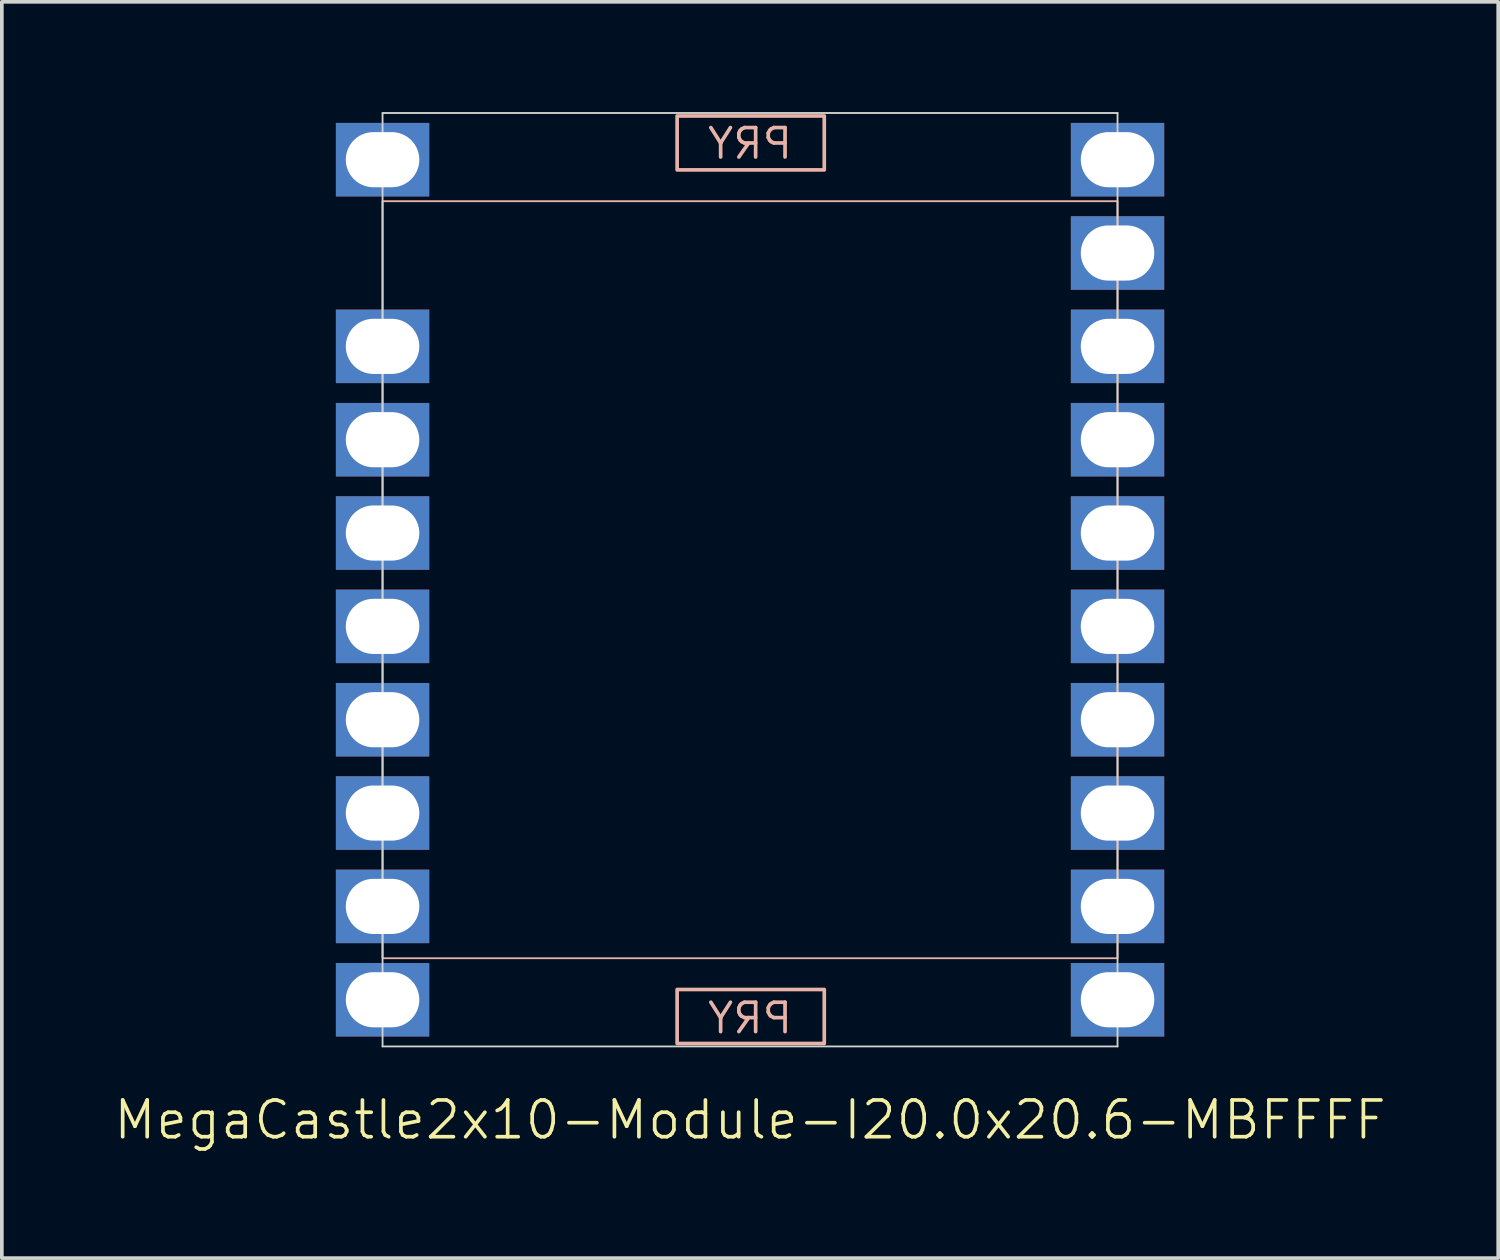
<source format=kicad_pcb>
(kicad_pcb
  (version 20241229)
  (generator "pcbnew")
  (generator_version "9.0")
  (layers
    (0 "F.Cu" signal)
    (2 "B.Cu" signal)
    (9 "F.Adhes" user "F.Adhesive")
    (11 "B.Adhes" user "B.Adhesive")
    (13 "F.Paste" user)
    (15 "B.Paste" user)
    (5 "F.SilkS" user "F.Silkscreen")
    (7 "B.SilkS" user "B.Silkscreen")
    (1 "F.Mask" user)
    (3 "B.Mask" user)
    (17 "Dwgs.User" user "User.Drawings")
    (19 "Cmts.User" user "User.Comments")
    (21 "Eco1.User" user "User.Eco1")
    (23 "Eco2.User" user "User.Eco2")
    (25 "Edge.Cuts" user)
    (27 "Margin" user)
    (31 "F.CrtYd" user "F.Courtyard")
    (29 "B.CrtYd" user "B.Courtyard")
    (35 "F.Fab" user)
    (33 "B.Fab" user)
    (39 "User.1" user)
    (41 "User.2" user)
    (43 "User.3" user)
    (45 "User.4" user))
  (footprint "MegaCastle2x10-Module-I20.0x20.6-MBFFFF"
    (layer "F.Cu")
    (at 17.36 12.725)
    (property "Reference" "MegaCastle2x10-Module-I20.0x20.6-MBFFFF" (at 0 14.7 0) (unlocked yes) (layer "F.SilkS") (effects (font (size 1 1) (thickness 0.1))))
    (attr smd)
    (fp_rect (start -10 10.3) (end 10 -10.3) (stroke (width 0.05) (type default)) (fill no) (layer "B.SilkS"))
    (fp_rect (start -1.984 -11.151) (end 2.02 -12.62) (stroke (width 0.1) (type default)) (fill no) (layer "B.SilkS"))
    (fp_rect (start -1.984 11.151) (end 2.02 12.62) (stroke (width 0.1) (type default)) (fill no) (layer "B.SilkS"))
    (fp_line (start -10 -12.7) (end -10 12.7) (stroke (width 0.05) (type default)) (layer "Edge.Cuts"))
    (fp_line (start -10 -12.7) (end 10 -12.7) (stroke (width 0.05) (type default)) (layer "Edge.Cuts"))
    (fp_line (start -10 12.7) (end 10 12.7) (stroke (width 0.05) (type default)) (layer "Edge.Cuts"))
    (fp_line (start 10 -12.7) (end 10 12.7) (stroke (width 0.05) (type default)) (layer "Edge.Cuts"))
    (fp_text user "PRY" (at 0 -11.4 0) (unlocked yes) (layer "B.SilkS") (effects (font (size 0.8 0.8) (thickness 0.1)) (justify bottom mirror)))
    (fp_text user "PRY" (at 0 12.4 0) (unlocked yes) (layer "B.SilkS") (effects (font (size 0.8 0.8) (thickness 0.1)) (justify bottom mirror)))
    (pad "1" thru_hole rect (at -10 -11.43) (size 2.54 2) (drill oval 2 1.5) (property pad_prop_castellated) (layers "*.Cu" "*.Mask"))
    (pad "3" thru_hole rect (at -10 -6.35) (size 2.54 2) (drill oval 2 1.5) (property pad_prop_castellated) (layers "*.Cu" "*.Mask"))
    (pad "4" thru_hole rect (at -10 -3.81) (size 2.54 2) (drill oval 2 1.5) (property pad_prop_castellated) (layers "*.Cu" "*.Mask"))
    (pad "5" thru_hole rect (at -10 -1.27) (size 2.54 2) (drill oval 2 1.5) (property pad_prop_castellated) (layers "*.Cu" "*.Mask"))
    (pad "6" thru_hole rect (at -10 1.27) (size 2.54 2) (drill oval 2 1.5) (property pad_prop_castellated) (layers "*.Cu" "*.Mask"))
    (pad "7" thru_hole rect (at -10 3.81) (size 2.54 2) (drill oval 2 1.5) (property pad_prop_castellated) (layers "*.Cu" "*.Mask"))
    (pad "8" thru_hole rect (at -10 6.35) (size 2.54 2) (drill oval 2 1.5) (property pad_prop_castellated) (layers "*.Cu" "*.Mask"))
    (pad "9" thru_hole rect (at -10 8.89) (size 2.54 2) (drill oval 2 1.5) (property pad_prop_castellated) (layers "*.Cu" "*.Mask"))
    (pad "10" thru_hole rect (at -10 11.43) (size 2.54 2) (drill oval 2 1.5) (property pad_prop_castellated) (layers "*.Cu" "*.Mask"))
    (pad "11" thru_hole rect (at 10 -11.43) (size 2.54 2) (drill oval 2 1.5) (property pad_prop_castellated) (layers "*.Cu" "*.Mask"))
    (pad "12" thru_hole rect (at 10 -8.89) (size 2.54 2) (drill oval 2 1.5) (property pad_prop_castellated) (layers "*.Cu" "*.Mask"))
    (pad "13" thru_hole rect (at 10 -6.35) (size 2.54 2) (drill oval 2 1.5) (property pad_prop_castellated) (layers "*.Cu" "*.Mask"))
    (pad "14" thru_hole rect (at 10 -3.81) (size 2.54 2) (drill oval 2 1.5) (property pad_prop_castellated) (layers "*.Cu" "*.Mask"))
    (pad "15" thru_hole rect (at 10 -1.27) (size 2.54 2) (drill oval 2 1.5) (property pad_prop_castellated) (layers "*.Cu" "*.Mask"))
    (pad "16" thru_hole rect (at 10 1.27) (size 2.54 2) (drill oval 2 1.5) (property pad_prop_castellated) (layers "*.Cu" "*.Mask"))
    (pad "17" thru_hole rect (at 10 3.81) (size 2.54 2) (drill oval 2 1.5) (property pad_prop_castellated) (layers "*.Cu" "*.Mask"))
    (pad "18" thru_hole rect (at 10 6.35) (size 2.54 2) (drill oval 2 1.5) (property pad_prop_castellated) (layers "*.Cu" "*.Mask"))
    (pad "19" thru_hole rect (at 10 8.89) (size 2.54 2) (drill oval 2 1.5) (property pad_prop_castellated) (layers "*.Cu" "*.Mask"))
    (pad "20" thru_hole rect (at 10 11.43) (size 2.54 2) (drill oval 2 1.5) (property pad_prop_castellated) (layers "*.Cu" "*.Mask"))
    (zone (net_name "") (layer "B.Cu") (hatch edge 0.5) (connect_pads) (min_thickness 0.25) (filled_areas_thickness no) (keepout (tracks allowed) (vias allowed) (pads allowed) (copperpour allowed) (footprints not_allowed)) (placement (enabled no)) (fill) (polygon (pts (xy 7.36 25.425) (xy 7.36 0.025))))
    (zone (net_name "") (layer "B.Cu") (hatch edge 0.5) (connect_pads) (min_thickness 0.25) (filled_areas_thickness no) (keepout (tracks allowed) (vias allowed) (pads allowed) (copperpour allowed) (footprints not_allowed)) (placement (enabled no)) (fill) (polygon (pts (xy 27.36 25.425) (xy 27.36 0.025))))
    (zone (net_name "") (layer "B.Cu") (hatch edge 0.5) (connect_pads) (min_thickness 0.25) (filled_areas_thickness no) (keepout (tracks allowed) (vias allowed) (pads allowed) (copperpour allowed) (footprints not_allowed)) (placement (enabled no)) (fill) (polygon (pts (xy 7.36 0.025) (xy 7.36 2.425) (xy 27.36 2.425) (xy 27.36 0.025))))
    (zone (net_name "") (layer "B.Cu") (hatch edge 0.5) (connect_pads) (min_thickness 0.25) (filled_areas_thickness no) (keepout (tracks allowed) (vias allowed) (pads allowed) (copperpour allowed) (footprints not_allowed)) (placement (enabled no)) (fill) (polygon (pts (xy 7.36 25.425) (xy 7.36 23.025) (xy 27.36 23.025) (xy 27.36 25.425))))
    (zone (net_name "") (layer "B.Cu") (name "Upper Pry Zone") (hatch edge 0.5) (connect_pads) (min_thickness 0.25) (filled_areas_thickness no) (keepout (tracks not_allowed) (vias not_allowed) (pads not_allowed) (copperpour allowed) (footprints not_allowed)) (placement (enabled no)) (fill) (polygon (pts (xy 15.375 1.574) (xy 15.375 0.105) (xy 19.379 0.105) (xy 19.379 1.574))))
    (zone (net_name "") (layer "B.Cu") (name "Upper Pry Zone") (hatch edge 0.5) (connect_pads) (min_thickness 0.25) (filled_areas_thickness no) (keepout (tracks not_allowed) (vias not_allowed) (pads not_allowed) (copperpour allowed) (footprints not_allowed)) (placement (enabled no)) (fill) (polygon (pts (xy 15.375 23.876) (xy 15.375 25.345) (xy 19.379 25.345) (xy 19.379 23.876)))))
  (gr_rect
    (start -3 -3)
    (end 37.719 31.186)
    (stroke (width 0.1) (type default))
    (fill no)
    (layer "Edge.Cuts")))
</source>
